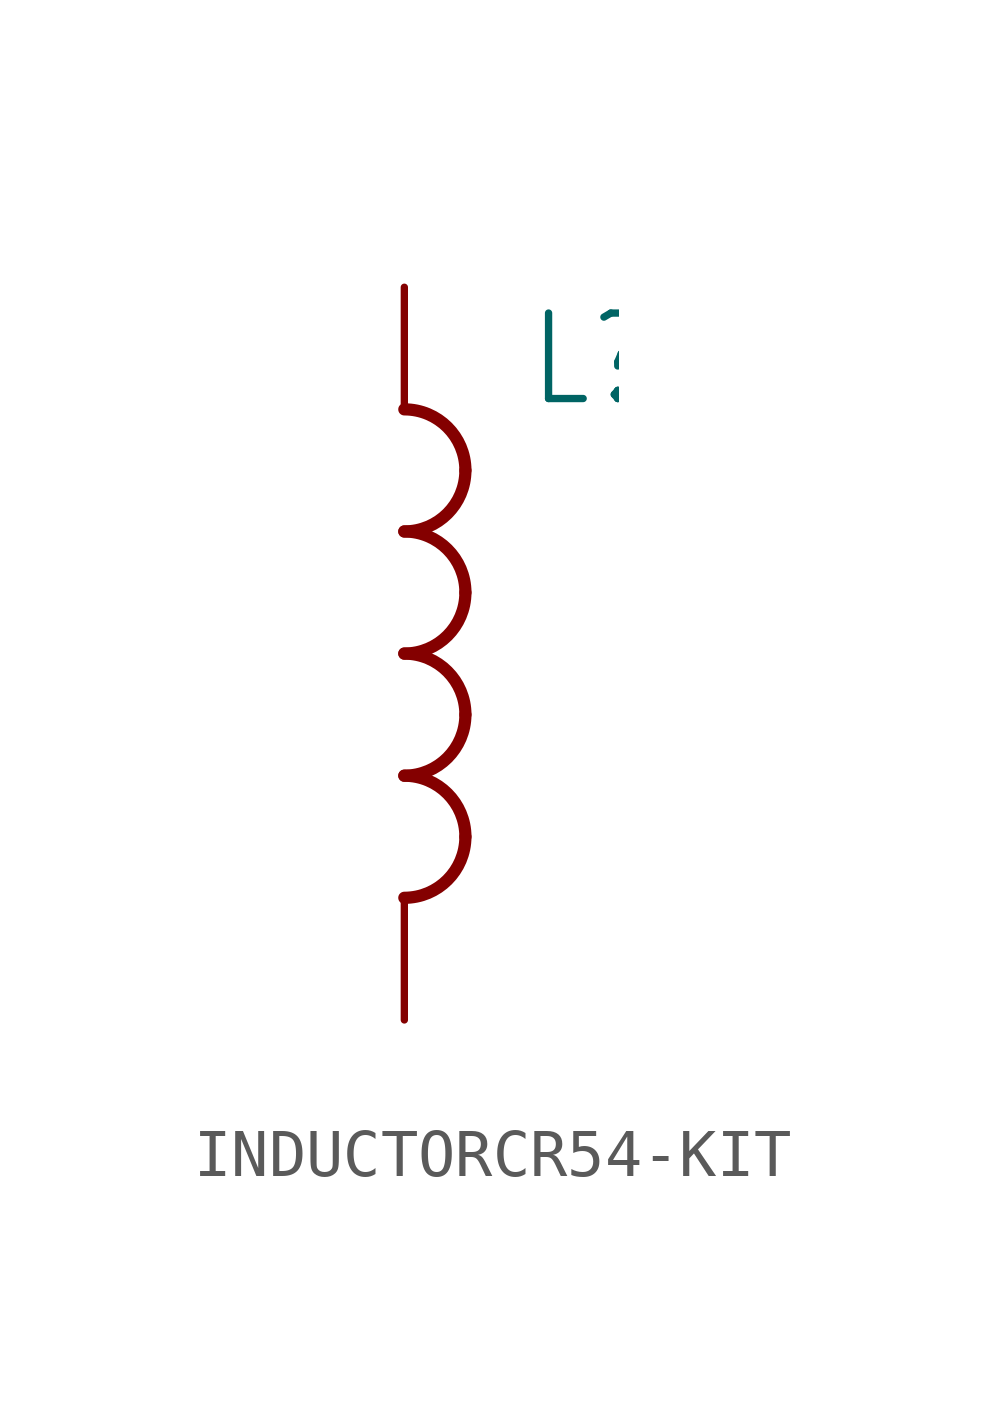
<source format=kicad_sym>
(kicad_symbol_lib
  (version 20220914)
  (generator kicad_symbol_editor)
  (symbol "INDUCTORCR54-KIT"
    (property "Reference" "L"
      (at 2.54 5.08 0)
      (effects (font (size 1.778 1.511)) (justify left bottom)))
    (property "Value" ""
      (at 2.54 -5.08 0)
      (effects (font (size 1.778 1.511)) (justify left bottom)))
    (property "ki_locked" ""
      (at 0 0 0)
      (effects (font (size 1.27 1.27))))
    (symbol "INDUCTORCR54-KIT_1_0"
      (arc (start 0 -5.08) (mid 0.898 -4.708) (end 1.27 -3.81) (stroke (width 0.254) (type solid)) (fill (type none)))
      (arc (start 0 -2.54) (mid 0.898 -2.168) (end 1.27 -1.27) (stroke (width 0.254) (type solid)) (fill (type none)))
      (arc (start 0 0) (mid 0.898 0.372) (end 1.27 1.27) (stroke (width 0.254) (type solid)) (fill (type none)))
      (arc (start 0 2.54) (mid 0.898 2.912) (end 1.27 3.81) (stroke (width 0.254) (type solid)) (fill (type none)))
      (arc (start 1.27 -3.81) (mid 0.898 -2.912) (end 0 -2.54) (stroke (width 0.254) (type solid)) (fill (type none)))
      (arc (start 1.27 -1.27) (mid 0.898 -0.372) (end 0 0) (stroke (width 0.254) (type solid)) (fill (type none)))
      (arc (start 1.27 1.27) (mid 0.898 2.168) (end 0 2.54) (stroke (width 0.254) (type solid)) (fill (type none)))
      (arc (start 1.27 3.81) (mid 0.898 4.708) (end 0 5.08) (stroke (width 0.254) (type solid)) (fill (type none)))
      (pin passive line (at 0 7.62 270) (length 2.54) (name "1" (effects (font (size 0 0)))) (number "P$1" (effects (font (size 0 0)))))
      (pin passive line (at 0 -7.62 90) (length 2.54) (name "2" (effects (font (size 0 0)))) (number "P$2" (effects (font (size 0 0))))))))
</source>
